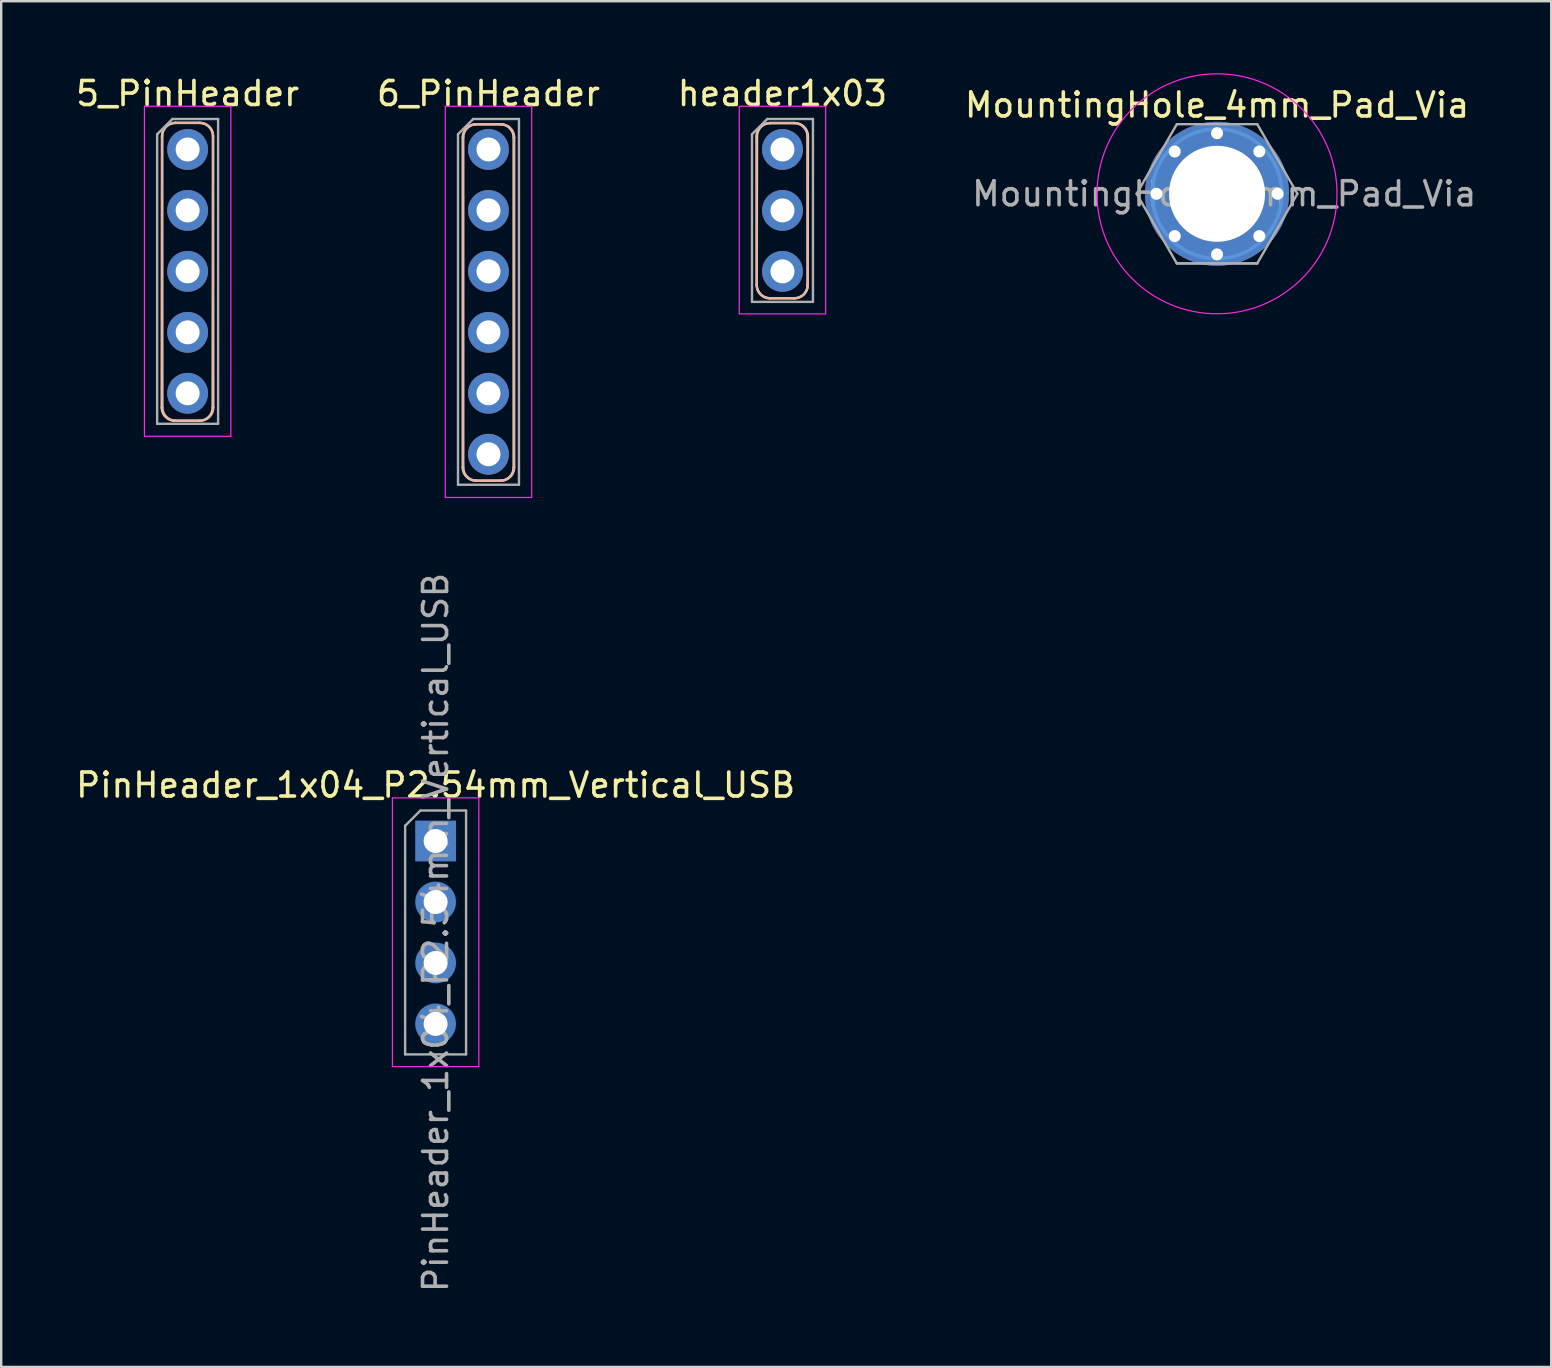
<source format=kicad_pcb>
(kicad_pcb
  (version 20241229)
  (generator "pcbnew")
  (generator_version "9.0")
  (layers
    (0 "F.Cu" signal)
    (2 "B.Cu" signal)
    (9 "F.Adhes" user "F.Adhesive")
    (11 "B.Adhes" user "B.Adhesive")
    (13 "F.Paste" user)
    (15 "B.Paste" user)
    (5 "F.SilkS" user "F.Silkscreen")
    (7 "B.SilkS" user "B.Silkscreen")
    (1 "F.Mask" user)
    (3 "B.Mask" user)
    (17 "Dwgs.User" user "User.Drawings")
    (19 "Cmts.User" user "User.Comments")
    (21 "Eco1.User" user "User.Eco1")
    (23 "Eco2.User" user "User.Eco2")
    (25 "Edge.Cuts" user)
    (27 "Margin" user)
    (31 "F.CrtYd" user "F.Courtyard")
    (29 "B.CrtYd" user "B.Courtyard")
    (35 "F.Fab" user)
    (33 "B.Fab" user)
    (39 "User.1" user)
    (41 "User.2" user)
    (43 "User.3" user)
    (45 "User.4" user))
  (footprint "5_PinHeader"
    (layer "F.Cu")
    (at 4.768 3.178)
    (property "Reference" "5_PinHeader" (at 0 -2.33 0) (layer "F.SilkS") (effects (font (size 1 1) (thickness 0.15))))
    (attr through_hole exclude_from_pos_files exclude_from_bom)
    (fp_line (start -1.067 -0.556) (end -1.078 10.756) (stroke (width 0.1) (type solid)) (layer "F.SilkS"))
    (fp_line (start -0.517 -1.106) (end 0.506 -1.106) (stroke (width 0.1) (type default)) (layer "F.SilkS"))
    (fp_line (start 0.494 11.306) (end -0.528 11.306) (stroke (width 0.1) (type default)) (layer "F.SilkS"))
    (fp_line (start 1.044 10.756) (end 1.056 -0.556) (stroke (width 0.1) (type solid)) (layer "F.SilkS"))
    (fp_arc (start -1.066636 -0.555545) (mid -0.905546 -0.944456) (end -0.516636 -1.105545) (stroke (width 0.1) (type default)) (layer "F.SilkS"))
    (fp_arc (start -0.527728 11.305545) (mid -0.916636 11.144454) (end -1.077728 10.755545) (stroke (width 0.1) (type default)) (layer "F.SilkS"))
    (fp_arc (start 0.505546 -1.105545) (mid 0.894455 -0.944454) (end 1.055546 -0.555545) (stroke (width 0.1) (type default)) (layer "F.SilkS"))
    (fp_arc (start 1.044454 10.755545) (mid 0.883363 11.144454) (end 0.494454 11.305545) (stroke (width 0.1) (type default)) (layer "F.SilkS"))
    (fp_line (start -1.05 10.75) (end -1.061 -0.561) (stroke (width 0.1) (type solid)) (layer "B.SilkS"))
    (fp_line (start -0.5 11.3) (end 0.522 11.3) (stroke (width 0.1) (type default)) (layer "B.SilkS"))
    (fp_line (start 0.511 -1.111) (end -0.511 -1.111) (stroke (width 0.1) (type default)) (layer "B.SilkS"))
    (fp_line (start 1.061 -0.561) (end 1.072 10.75) (stroke (width 0.1) (type solid)) (layer "B.SilkS"))
    (fp_arc (start -1.061091 -0.561091) (mid -0.9 -0.95) (end -0.511091 -1.111091) (stroke (width 0.1) (type default)) (layer "B.SilkS"))
    (fp_arc (start -0.499999 11.299999) (mid -0.888908 11.138908) (end -1.049999 10.749999) (stroke (width 0.1) (type default)) (layer "B.SilkS"))
    (fp_arc (start 0.511091 -1.111091) (mid 0.9 -0.95) (end 1.061091 -0.561091) (stroke (width 0.1) (type default)) (layer "B.SilkS"))
    (fp_arc (start 1.072183 10.749999) (mid 0.911092 11.138908) (end 0.522183 11.299999) (stroke (width 0.1) (type default)) (layer "B.SilkS"))
    (fp_line (start -1.8 -1.8) (end -1.8 11.95) (stroke (width 0.05) (type solid)) (layer "F.CrtYd"))
    (fp_line (start -1.8 11.95) (end 1.8 11.95) (stroke (width 0.05) (type solid)) (layer "F.CrtYd"))
    (fp_line (start 1.8 -1.8) (end -1.8 -1.8) (stroke (width 0.05) (type solid)) (layer "F.CrtYd"))
    (fp_line (start 1.8 11.95) (end 1.8 -1.8) (stroke (width 0.05) (type solid)) (layer "F.CrtYd"))
    (fp_line (start -1.27 -0.635) (end -0.635 -1.27) (stroke (width 0.1) (type solid)) (layer "F.Fab"))
    (fp_line (start -1.27 11.43) (end -1.27 -0.635) (stroke (width 0.1) (type solid)) (layer "F.Fab"))
    (fp_line (start -0.635 -1.27) (end 1.27 -1.27) (stroke (width 0.1) (type solid)) (layer "F.Fab"))
    (fp_line (start 1.27 -1.27) (end 1.27 11.43) (stroke (width 0.1) (type solid)) (layer "F.Fab"))
    (fp_line (start 1.27 11.43) (end -1.27 11.43) (stroke (width 0.1) (type solid)) (layer "F.Fab"))
    (pad "1" thru_hole circle (at 0 0) (size 1.7 1.7) (drill 1) (layers "*.Cu" "*.Mask"))
    (pad "2" thru_hole oval (at 0 2.54) (size 1.7 1.7) (drill 1) (layers "*.Cu" "*.Mask"))
    (pad "3" thru_hole oval (at 0 5.08) (size 1.7 1.7) (drill 1) (layers "*.Cu" "*.Mask"))
    (pad "4" thru_hole oval (at 0 7.62) (size 1.7 1.7) (drill 1) (layers "*.Cu" "*.Mask"))
    (pad "5" thru_hole oval (at 0 10.16) (size 1.7 1.7) (drill 1) (layers "*.Cu" "*.Mask")))
  (footprint "MountingHole_4mm_Pad_Via"
    (layer "F.Cu")
    (at 47.661 5.025)
    (property "Reference" "MountingHole_4mm_Pad_Via" (at 0 -3.7 0) (layer "F.SilkS") (effects (font (size 1 1) (thickness 0.15))))
    (attr exclude_from_pos_files exclude_from_bom)
    (fp_circle (center 0 0) (end 2.7 0) (stroke (width 0.15) (type solid)) (fill no) (layer "Cmts.User"))
    (fp_circle (center 0 0) (end 5 0) (stroke (width 0.05) (type solid)) (fill no) (layer "F.CrtYd"))
    (fp_line (start -3.35 0) (end -1.675 -2.9) (stroke (width 0.1) (type default)) (layer "F.Fab"))
    (fp_line (start -1.675 -2.9) (end 1.675 -2.9) (stroke (width 0.1) (type default)) (layer "F.Fab"))
    (fp_line (start -1.675 2.9) (end -3.35 0) (stroke (width 0.1) (type default)) (layer "F.Fab"))
    (fp_line (start -1.675 2.9) (end 1.675 2.9) (stroke (width 0.1) (type default)) (layer "F.Fab"))
    (fp_line (start 1.675 -2.9) (end 3.35 0) (stroke (width 0.1) (type default)) (layer "F.Fab"))
    (fp_line (start 1.675 2.9) (end -1.675 2.9) (stroke (width 0.1) (type default)) (layer "F.Fab"))
    (fp_line (start 3.35 0) (end 1.675 2.9) (stroke (width 0.1) (type default)) (layer "F.Fab"))
    (fp_text user "${REFERENCE}" (at 0.3 0 0) (layer "F.Fab") (effects (font (size 1 1) (thickness 0.15))))
    (pad "1" thru_hole circle (at -2.525 0) (size 0.8 0.8) (drill 0.5) (layers "*.Cu" "*.Mask"))
    (pad "1" thru_hole circle (at -1.762 -1.762) (size 0.8 0.8) (drill 0.5) (layers "*.Cu" "*.Mask"))
    (pad "1" thru_hole circle (at -1.762 1.762) (size 0.8 0.8) (drill 0.5) (layers "*.Cu" "*.Mask"))
    (pad "1" thru_hole circle (at 0 -2.525) (size 0.8 0.8) (drill 0.5) (layers "*.Cu" "*.Mask"))
    (pad "1" thru_hole circle (at 0 0) (size 6 6) (drill 4) (layers "*.Cu" "*.Mask"))
    (pad "1" thru_hole circle (at 0 2.525) (size 0.8 0.8) (drill 0.5) (layers "*.Cu" "*.Mask"))
    (pad "1" thru_hole circle (at 1.762 -1.762) (size 0.8 0.8) (drill 0.5) (layers "*.Cu" "*.Mask"))
    (pad "1" thru_hole circle (at 1.762 1.762) (size 0.8 0.8) (drill 0.5) (layers "*.Cu" "*.Mask"))
    (pad "1" thru_hole circle (at 2.525 0) (size 0.8 0.8) (drill 0.5) (layers "*.Cu" "*.Mask")))
  (footprint "header1x03"
    (layer "F.Cu")
    (at 29.554 3.178)
    (property "Reference" "header1x03" (at 0 -2.33 0) (layer "F.SilkS") (effects (font (size 1 1) (thickness 0.15))))
    (attr through_hole exclude_from_pos_files exclude_from_bom)
    (fp_line (start -1.061 -0.55) (end -1.072 5.65) (stroke (width 0.1) (type solid)) (layer "F.SilkS"))
    (fp_line (start -0.511 -1.1) (end 0.511 -1.1) (stroke (width 0.1) (type default)) (layer "F.SilkS"))
    (fp_line (start 0.5 6.2) (end -0.522 6.2) (stroke (width 0.1) (type default)) (layer "F.SilkS"))
    (fp_line (start 1.05 5.65) (end 1.061 -0.55) (stroke (width 0.1) (type solid)) (layer "F.SilkS"))
    (fp_arc (start -1.061091 -0.55) (mid -0.900003 -0.938912) (end -0.511091 -1.1) (stroke (width 0.1) (type default)) (layer "F.SilkS"))
    (fp_arc (start -0.522183 6.199999) (mid -0.911092 6.038908) (end -1.072183 5.649999) (stroke (width 0.1) (type default)) (layer "F.SilkS"))
    (fp_arc (start 0.511091 -1.1) (mid 0.9 -0.938909) (end 1.061091 -0.55) (stroke (width 0.1) (type default)) (layer "F.SilkS"))
    (fp_arc (start 1.049999 5.649999) (mid 0.888908 6.038908) (end 0.499999 6.199999) (stroke (width 0.1) (type default)) (layer "F.SilkS"))
    (fp_line (start -1.072 5.65) (end -1.083 -0.55) (stroke (width 0.1) (type solid)) (layer "B.SilkS"))
    (fp_line (start -0.522 6.2) (end 0.5 6.2) (stroke (width 0.1) (type default)) (layer "B.SilkS"))
    (fp_line (start 0.489 -1.1) (end -0.533 -1.1) (stroke (width 0.1) (type default)) (layer "B.SilkS"))
    (fp_line (start 1.039 -0.55) (end 1.05 5.65) (stroke (width 0.1) (type solid)) (layer "B.SilkS"))
    (fp_arc (start -1.083274 -0.55) (mid -0.922183 -0.938911) (end -0.533274 -1.1) (stroke (width 0.1) (type default)) (layer "B.SilkS"))
    (fp_arc (start -0.522182 6.199999) (mid -0.911089 6.038907) (end -1.072182 5.649999) (stroke (width 0.1) (type default)) (layer "B.SilkS"))
    (fp_arc (start 0.488908 -1.1) (mid 0.877821 -0.938912) (end 1.038908 -0.55) (stroke (width 0.1) (type default)) (layer "B.SilkS"))
    (fp_arc (start 1.05 5.649999) (mid 0.888909 6.038908) (end 0.5 6.199999) (stroke (width 0.1) (type default)) (layer "B.SilkS"))
    (fp_line (start -1.8 -1.8) (end -1.8 6.85) (stroke (width 0.05) (type solid)) (layer "F.CrtYd"))
    (fp_line (start -1.8 6.85) (end 1.8 6.85) (stroke (width 0.05) (type solid)) (layer "F.CrtYd"))
    (fp_line (start 1.8 -1.8) (end -1.8 -1.8) (stroke (width 0.05) (type solid)) (layer "F.CrtYd"))
    (fp_line (start 1.8 6.85) (end 1.8 -1.8) (stroke (width 0.05) (type solid)) (layer "F.CrtYd"))
    (fp_line (start -1.27 -0.635) (end -0.635 -1.27) (stroke (width 0.1) (type solid)) (layer "F.Fab"))
    (fp_line (start -1.27 6.35) (end -1.27 -0.635) (stroke (width 0.1) (type solid)) (layer "F.Fab"))
    (fp_line (start -0.635 -1.27) (end 1.27 -1.27) (stroke (width 0.1) (type solid)) (layer "F.Fab"))
    (fp_line (start 1.27 -1.27) (end 1.27 6.35) (stroke (width 0.1) (type solid)) (layer "F.Fab"))
    (fp_line (start 1.27 6.35) (end -1.27 6.35) (stroke (width 0.1) (type solid)) (layer "F.Fab"))
    (pad "1" thru_hole circle (at 0 0) (size 1.7 1.7) (drill 1) (layers "*.Cu" "*.Mask"))
    (pad "2" thru_hole oval (at 0 2.54) (size 1.7 1.7) (drill 1) (layers "*.Cu" "*.Mask"))
    (pad "3" thru_hole oval (at 0 5.08) (size 1.7 1.7) (drill 1) (layers "*.Cu" "*.Mask")))
  (footprint "6_PinHeader"
    (layer "F.Cu")
    (at 17.304 3.178)
    (property "Reference" "6_PinHeader" (at 0 -2.33 0) (layer "F.SilkS") (effects (font (size 1 1) (thickness 0.15))))
    (attr through_hole exclude_from_pos_files exclude_from_bom)
    (fp_line (start -1.072 -0.5) (end -1.072 13.25) (stroke (width 0.1) (type solid)) (layer "F.SilkS"))
    (fp_line (start -0.522 -1.05) (end 0.5 -1.05) (stroke (width 0.1) (type default)) (layer "F.SilkS"))
    (fp_line (start 0.5 13.8) (end -0.522 13.8) (stroke (width 0.1) (type default)) (layer "F.SilkS"))
    (fp_line (start 1.05 13.25) (end 1.05 -0.5) (stroke (width 0.1) (type solid)) (layer "F.SilkS"))
    (fp_arc (start -1.072183 -0.5) (mid -0.911095 -0.888912) (end -0.522183 -1.05) (stroke (width 0.1) (type default)) (layer "F.SilkS"))
    (fp_arc (start -0.522182 13.799999) (mid -0.911091 13.638908) (end -1.072182 13.249999) (stroke (width 0.1) (type default)) (layer "F.SilkS"))
    (fp_arc (start 0.499999 -1.05) (mid 0.888908 -0.888909) (end 1.049999 -0.5) (stroke (width 0.1) (type default)) (layer "F.SilkS"))
    (fp_arc (start 1.05 13.249999) (mid 0.888909 13.638908) (end 0.5 13.799999) (stroke (width 0.1) (type default)) (layer "F.SilkS"))
    (fp_line (start -1.05 13.25) (end -1.05 -0.5) (stroke (width 0.1) (type solid)) (layer "B.SilkS"))
    (fp_line (start -0.5 13.8) (end 0.522 13.8) (stroke (width 0.1) (type default)) (layer "B.SilkS"))
    (fp_line (start 0.522 -1.05) (end -0.5 -1.05) (stroke (width 0.1) (type default)) (layer "B.SilkS"))
    (fp_line (start 1.072 -0.5) (end 1.072 13.25) (stroke (width 0.1) (type solid)) (layer "B.SilkS"))
    (fp_arc (start -1.049999 -0.499999) (mid -0.888908 -0.888908) (end -0.499999 -1.049999) (stroke (width 0.1) (type default)) (layer "B.SilkS"))
    (fp_arc (start -0.5 13.8) (mid -0.888909 13.638909) (end -1.05 13.25) (stroke (width 0.1) (type default)) (layer "B.SilkS"))
    (fp_arc (start 0.522183 -1.049999) (mid 0.911095 -0.888911) (end 1.072183 -0.499999) (stroke (width 0.1) (type default)) (layer "B.SilkS"))
    (fp_arc (start 1.072182 13.25) (mid 0.911091 13.638909) (end 0.522182 13.8) (stroke (width 0.1) (type default)) (layer "B.SilkS"))
    (fp_line (start -1.8 -1.8) (end -1.8 14.5) (stroke (width 0.05) (type solid)) (layer "F.CrtYd"))
    (fp_line (start -1.8 14.5) (end 1.8 14.5) (stroke (width 0.05) (type solid)) (layer "F.CrtYd"))
    (fp_line (start 1.8 -1.8) (end -1.8 -1.8) (stroke (width 0.05) (type solid)) (layer "F.CrtYd"))
    (fp_line (start 1.8 14.5) (end 1.8 -1.8) (stroke (width 0.05) (type solid)) (layer "F.CrtYd"))
    (fp_line (start -1.27 -0.635) (end -0.635 -1.27) (stroke (width 0.1) (type solid)) (layer "F.Fab"))
    (fp_line (start -1.27 13.97) (end -1.27 -0.635) (stroke (width 0.1) (type solid)) (layer "F.Fab"))
    (fp_line (start -0.635 -1.27) (end 1.27 -1.27) (stroke (width 0.1) (type solid)) (layer "F.Fab"))
    (fp_line (start 1.27 -1.27) (end 1.27 13.97) (stroke (width 0.1) (type solid)) (layer "F.Fab"))
    (fp_line (start 1.27 13.97) (end -1.27 13.97) (stroke (width 0.1) (type solid)) (layer "F.Fab"))
    (pad "1" thru_hole circle (at 0 0) (size 1.7 1.7) (drill 1) (layers "*.Cu" "*.Mask"))
    (pad "2" thru_hole oval (at 0 2.54) (size 1.7 1.7) (drill 1) (layers "*.Cu" "*.Mask"))
    (pad "3" thru_hole oval (at 0 5.08) (size 1.7 1.7) (drill 1) (layers "*.Cu" "*.Mask"))
    (pad "4" thru_hole oval (at 0 7.62) (size 1.7 1.7) (drill 1) (layers "*.Cu" "*.Mask"))
    (pad "5" thru_hole oval (at 0 10.16) (size 1.7 1.7) (drill 1) (layers "*.Cu" "*.Mask"))
    (pad "6" thru_hole oval (at 0 12.7) (size 1.7 1.7) (drill 1) (layers "*.Cu" "*.Mask")))
  (footprint "PinHeader_1x04_P2.54mm_Vertical_USB"
    (layer "F.Cu")
    (at 15.101 31.994)
    (property "Reference" "PinHeader_1x04_P2.54mm_Vertical_USB" (at 0 -2.33 180) (layer "F.SilkS") (effects (font (size 1 1) (thickness 0.15))))
    (attr through_hole exclude_from_pos_files exclude_from_bom)
    (fp_line (start -1.8 -1.8) (end -1.8 9.4) (stroke (width 0.05) (type solid)) (layer "F.CrtYd"))
    (fp_line (start -1.8 9.4) (end 1.8 9.4) (stroke (width 0.05) (type solid)) (layer "F.CrtYd"))
    (fp_line (start 1.8 -1.8) (end -1.8 -1.8) (stroke (width 0.05) (type solid)) (layer "F.CrtYd"))
    (fp_line (start 1.8 9.4) (end 1.8 -1.8) (stroke (width 0.05) (type solid)) (layer "F.CrtYd"))
    (fp_line (start -1.27 -0.635) (end -0.635 -1.27) (stroke (width 0.1) (type solid)) (layer "F.Fab"))
    (fp_line (start -1.27 8.89) (end -1.27 -0.635) (stroke (width 0.1) (type solid)) (layer "F.Fab"))
    (fp_line (start -0.635 -1.27) (end 1.27 -1.27) (stroke (width 0.1) (type solid)) (layer "F.Fab"))
    (fp_line (start 1.27 -1.27) (end 1.27 8.89) (stroke (width 0.1) (type solid)) (layer "F.Fab"))
    (fp_line (start 1.27 8.89) (end -1.27 8.89) (stroke (width 0.1) (type solid)) (layer "F.Fab"))
    (fp_text user "${REFERENCE}" (at 0 3.81 90) (layer "F.Fab") (effects (font (size 1 1) (thickness 0.15))))
    (pad "1" thru_hole roundrect (at 0 0) (size 1.1 1.1) (drill 1) (layers "*.Cu" "*.Mask") (roundrect_rratio 0.25))
    (pad "1" smd rect (at 0 0) (size 1.7 1.7) (layers "B.Cu" "B.Mask" "B.Paste"))
    (pad "2" thru_hole oval (at 0 2.54) (size 1.1 1.1) (drill 1) (layers "*.Cu" "*.Mask"))
    (pad "2" smd oval (at 0 2.54) (size 1.7 1.7) (layers "B.Cu" "B.Mask" "B.Paste"))
    (pad "3" thru_hole oval (at 0 5.08) (size 1.1 1.1) (drill 1) (layers "*.Cu" "*.Mask"))
    (pad "3" smd oval (at 0 5.08) (size 1.7 1.7) (layers "B.Cu" "B.Mask" "B.Paste"))
    (pad "4" thru_hole oval (at 0 7.62) (size 1.1 1.1) (drill 1) (layers "*.Cu" "*.Mask"))
    (pad "4" smd oval (at 0 7.62) (size 1.7 1.7) (layers "B.Cu" "B.Mask" "B.Paste")))
  (gr_rect
    (start -3 -3)
    (end 61.586 53.906)
    (stroke (width 0.1) (type default))
    (fill no)
    (layer "Edge.Cuts")))
</source>
